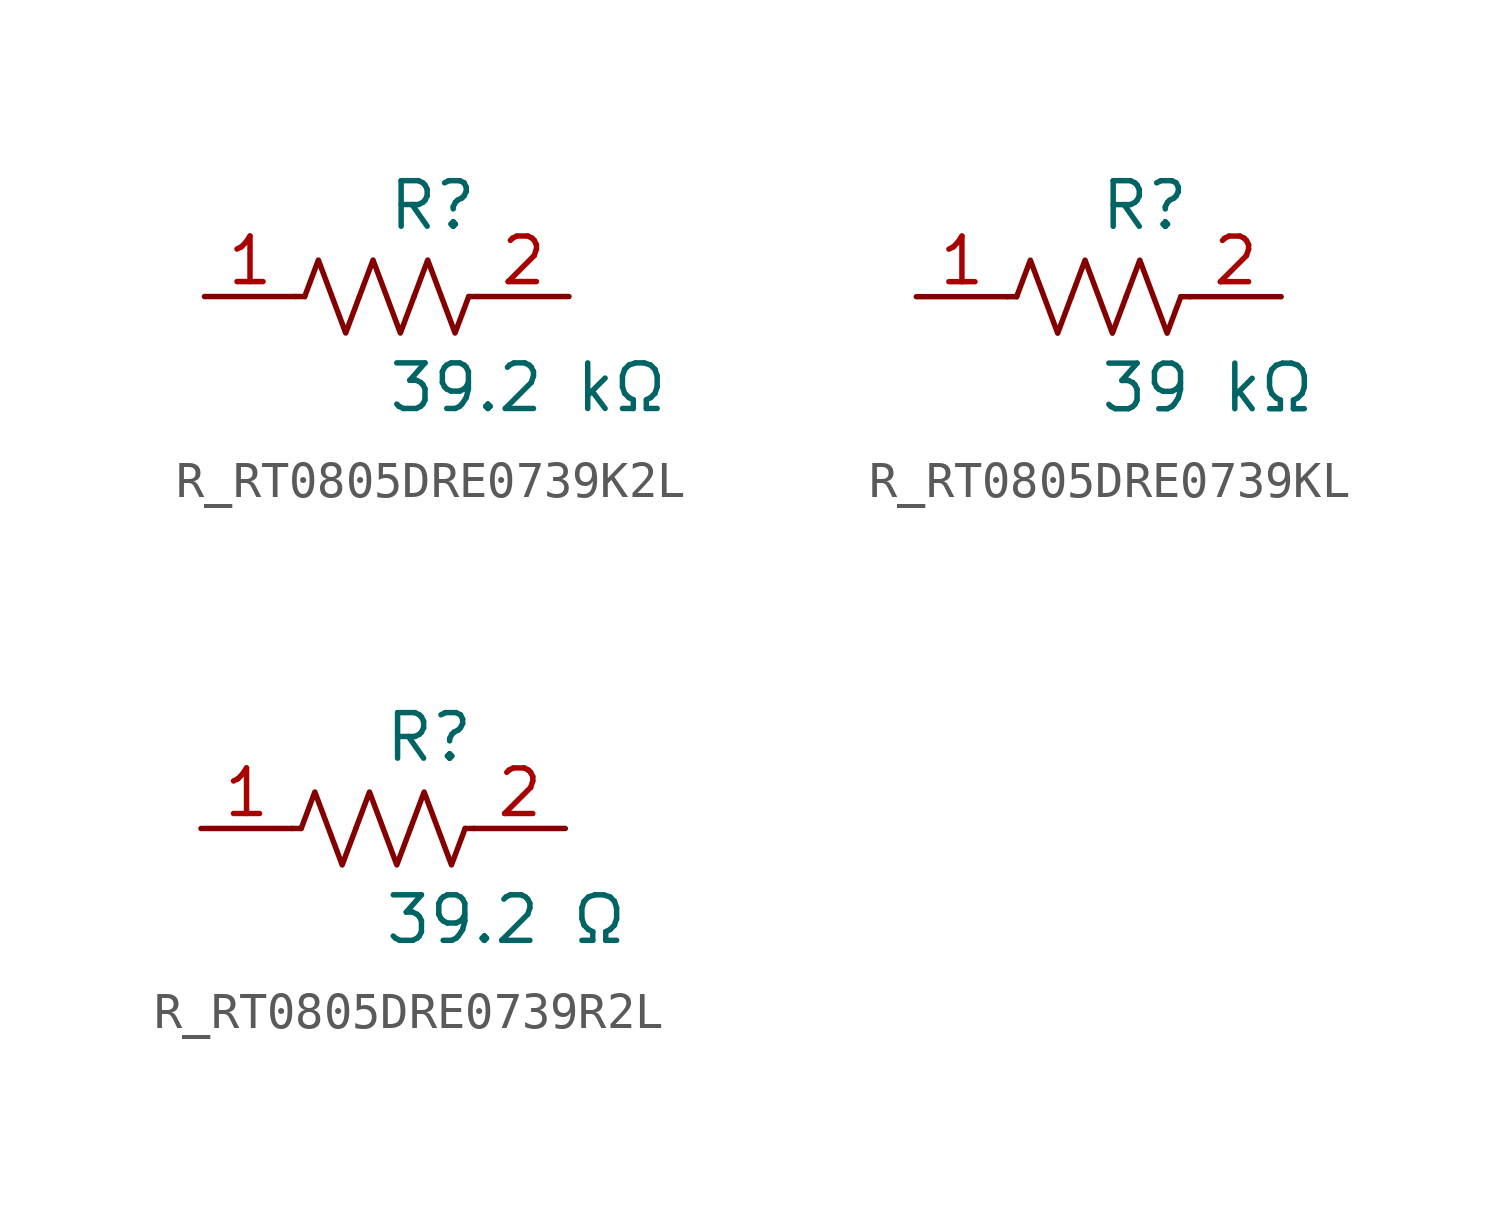
<source format=kicad_sym>
(kicad_symbol_lib
  (version 20231120)
  (generator kicad_symbol_editor)
  (generator_version 8.0)
  (symbol "R_RT0805DRE0739K2L"
    (pin_names
      (offset 0.254))
    (property "Reference" "R"
      (at 0 2.54 0)
      (effects (font (size 1.27 1.27)) (justify left)))
    (property "Value" "39.2 kΩ"
      (at 0 -2.54 0)
      (effects (font (size 1.27 1.27)) (justify left)))
    (symbol "R_RT0805DRE0739K2L_0_1"
      (polyline (pts (xy 2.286 0) (xy 2.54 0)) (stroke (width 0) (type default)) (fill (type none)))
      (polyline (pts (xy -2.286 0) (xy -2.54 0)) (stroke (width 0) (type default)) (fill (type none)))
      (polyline (pts (xy 0.762 0) (xy 1.143 1.016) (xy 1.524 0) (xy 1.905 -1.016) (xy 2.286 0)) (stroke (width 0) (type default)) (fill (type none)))
      (polyline (pts (xy -0.762 0) (xy -0.381 1.016) (xy 0 0) (xy 0.381 -1.016) (xy 0.762 0)) (stroke (width 0) (type default)) (fill (type none)))
      (polyline (pts (xy -2.286 0) (xy -1.905 1.016) (xy -1.524 0) (xy -1.143 -1.016) (xy -0.762 0)) (stroke (width 0) (type default)) (fill (type none))))
    (pin passive line
      (at -5.08 0 0)
      (length 2.54)
      (name "" (effects (font (size 1.27 1.27))))
      (number "1" (effects (font (size 1.27 1.27)))))
    (pin passive line
      (at 5.08 0 180)
      (length 2.54)
      (name "" (effects (font (size 1.27 1.27))))
      (number "2" (effects (font (size 1.27 1.27))))))
  (symbol "R_RT0805DRE0739KL"
    (pin_names
      (offset 0.254))
    (property "Reference" "R"
      (at 0 2.54 0)
      (effects (font (size 1.27 1.27)) (justify left)))
    (property "Value" "39 kΩ"
      (at 0 -2.54 0)
      (effects (font (size 1.27 1.27)) (justify left)))
    (symbol "R_RT0805DRE0739KL_0_1"
      (polyline (pts (xy 2.286 0) (xy 2.54 0)) (stroke (width 0) (type default)) (fill (type none)))
      (polyline (pts (xy -2.286 0) (xy -2.54 0)) (stroke (width 0) (type default)) (fill (type none)))
      (polyline (pts (xy 0.762 0) (xy 1.143 1.016) (xy 1.524 0) (xy 1.905 -1.016) (xy 2.286 0)) (stroke (width 0) (type default)) (fill (type none)))
      (polyline (pts (xy -0.762 0) (xy -0.381 1.016) (xy 0 0) (xy 0.381 -1.016) (xy 0.762 0)) (stroke (width 0) (type default)) (fill (type none)))
      (polyline (pts (xy -2.286 0) (xy -1.905 1.016) (xy -1.524 0) (xy -1.143 -1.016) (xy -0.762 0)) (stroke (width 0) (type default)) (fill (type none))))
    (pin passive line
      (at -5.08 0 0)
      (length 2.54)
      (name "" (effects (font (size 1.27 1.27))))
      (number "1" (effects (font (size 1.27 1.27)))))
    (pin passive line
      (at 5.08 0 180)
      (length 2.54)
      (name "" (effects (font (size 1.27 1.27))))
      (number "2" (effects (font (size 1.27 1.27))))))
  (symbol "R_RT0805DRE0739R2L"
    (pin_names
      (offset 0.254))
    (property "Reference" "R"
      (at 0 2.54 0)
      (effects (font (size 1.27 1.27)) (justify left)))
    (property "Value" "39.2 Ω"
      (at 0 -2.54 0)
      (effects (font (size 1.27 1.27)) (justify left)))
    (symbol "R_RT0805DRE0739R2L_0_1"
      (polyline (pts (xy 2.286 0) (xy 2.54 0)) (stroke (width 0) (type default)) (fill (type none)))
      (polyline (pts (xy -2.286 0) (xy -2.54 0)) (stroke (width 0) (type default)) (fill (type none)))
      (polyline (pts (xy 0.762 0) (xy 1.143 1.016) (xy 1.524 0) (xy 1.905 -1.016) (xy 2.286 0)) (stroke (width 0) (type default)) (fill (type none)))
      (polyline (pts (xy -0.762 0) (xy -0.381 1.016) (xy 0 0) (xy 0.381 -1.016) (xy 0.762 0)) (stroke (width 0) (type default)) (fill (type none)))
      (polyline (pts (xy -2.286 0) (xy -1.905 1.016) (xy -1.524 0) (xy -1.143 -1.016) (xy -0.762 0)) (stroke (width 0) (type default)) (fill (type none))))
    (pin passive line
      (at -5.08 0 0)
      (length 2.54)
      (name "" (effects (font (size 1.27 1.27))))
      (number "1" (effects (font (size 1.27 1.27)))))
    (pin passive line
      (at 5.08 0 180)
      (length 2.54)
      (name "" (effects (font (size 1.27 1.27))))
      (number "2" (effects (font (size 1.27 1.27)))))))
</source>
